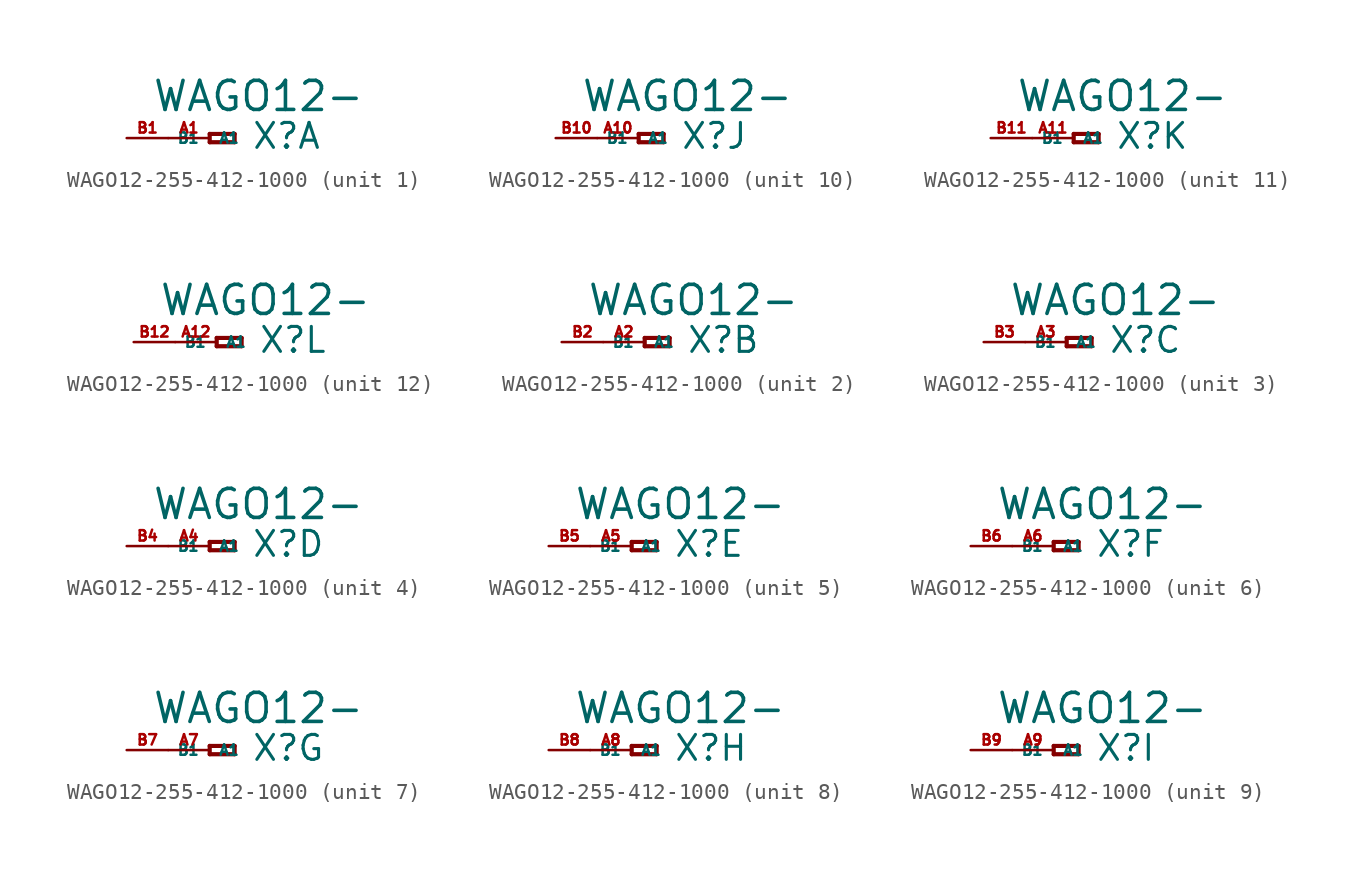
<source format=kicad_sym>
(kicad_symbol_lib
  (version 20220914)
  (generator Eagle2Kicad)
  (symbol "WAGO12-255-412-1000"
    (property "Reference" "X"
      (at 2.54 -0.762 0)
      (effects (font (size 1.524 1.524) (thickness 0.19)) (justify left bottom)))
    (property "Value" "WAGO12-"
      (at -3.556 1.524 0)
      (effects (font (size 1.778 1.778) (thickness 0.22)) (justify left bottom)))
    (symbol "WAGO12-255-412-1000_1_0"
      (polyline (pts (xy 0 0.254) (xy 0 -0.254)) (stroke (width 0.254) (type default)) (fill (type none)))
      (polyline (pts (xy 0 -0.254) (xy 1.524 -0.254)) (stroke (width 0.254) (type default)) (fill (type none)))
      (polyline (pts (xy 1.524 -0.254) (xy 1.524 0.254)) (stroke (width 0.254) (type default)) (fill (type none)))
      (polyline (pts (xy 1.524 0.254) (xy 0 0.254)) (stroke (width 0.254) (type default)) (fill (type none)))
      (pin passive line (at -2.54 0 0) (length 2.54) (name "A1" (effects (font (size 0.635 0.635) (thickness 0.08)) (justify left bottom))) (number "A1" (effects (font (size 0.635 0.635) (thickness 0.08)) (justify left bottom))))
      (pin passive line (at -5.08 0 0) (length 2.54) (name "B1" (effects (font (size 0.635 0.635) (thickness 0.08)) (justify left bottom))) (number "B1" (effects (font (size 0.635 0.635) (thickness 0.08)) (justify left bottom)))))
    (symbol "WAGO12-255-412-1000_2_0"
      (polyline (pts (xy 0 0.254) (xy 0 -0.254)) (stroke (width 0.254) (type default)) (fill (type none)))
      (polyline (pts (xy 0 -0.254) (xy 1.524 -0.254)) (stroke (width 0.254) (type default)) (fill (type none)))
      (polyline (pts (xy 1.524 -0.254) (xy 1.524 0.254)) (stroke (width 0.254) (type default)) (fill (type none)))
      (polyline (pts (xy 1.524 0.254) (xy 0 0.254)) (stroke (width 0.254) (type default)) (fill (type none)))
      (pin passive line (at -2.54 0 0) (length 2.54) (name "A1" (effects (font (size 0.635 0.635) (thickness 0.08)) (justify left bottom))) (number "A2" (effects (font (size 0.635 0.635) (thickness 0.08)) (justify left bottom))))
      (pin passive line (at -5.08 0 0) (length 2.54) (name "B1" (effects (font (size 0.635 0.635) (thickness 0.08)) (justify left bottom))) (number "B2" (effects (font (size 0.635 0.635) (thickness 0.08)) (justify left bottom)))))
    (symbol "WAGO12-255-412-1000_3_0"
      (polyline (pts (xy 0 0.254) (xy 0 -0.254)) (stroke (width 0.254) (type default)) (fill (type none)))
      (polyline (pts (xy 0 -0.254) (xy 1.524 -0.254)) (stroke (width 0.254) (type default)) (fill (type none)))
      (polyline (pts (xy 1.524 -0.254) (xy 1.524 0.254)) (stroke (width 0.254) (type default)) (fill (type none)))
      (polyline (pts (xy 1.524 0.254) (xy 0 0.254)) (stroke (width 0.254) (type default)) (fill (type none)))
      (pin passive line (at -2.54 0 0) (length 2.54) (name "A1" (effects (font (size 0.635 0.635) (thickness 0.08)) (justify left bottom))) (number "A3" (effects (font (size 0.635 0.635) (thickness 0.08)) (justify left bottom))))
      (pin passive line (at -5.08 0 0) (length 2.54) (name "B1" (effects (font (size 0.635 0.635) (thickness 0.08)) (justify left bottom))) (number "B3" (effects (font (size 0.635 0.635) (thickness 0.08)) (justify left bottom)))))
    (symbol "WAGO12-255-412-1000_4_0"
      (polyline (pts (xy 0 0.254) (xy 0 -0.254)) (stroke (width 0.254) (type default)) (fill (type none)))
      (polyline (pts (xy 0 -0.254) (xy 1.524 -0.254)) (stroke (width 0.254) (type default)) (fill (type none)))
      (polyline (pts (xy 1.524 -0.254) (xy 1.524 0.254)) (stroke (width 0.254) (type default)) (fill (type none)))
      (polyline (pts (xy 1.524 0.254) (xy 0 0.254)) (stroke (width 0.254) (type default)) (fill (type none)))
      (pin passive line (at -2.54 0 0) (length 2.54) (name "A1" (effects (font (size 0.635 0.635) (thickness 0.08)) (justify left bottom))) (number "A4" (effects (font (size 0.635 0.635) (thickness 0.08)) (justify left bottom))))
      (pin passive line (at -5.08 0 0) (length 2.54) (name "B1" (effects (font (size 0.635 0.635) (thickness 0.08)) (justify left bottom))) (number "B4" (effects (font (size 0.635 0.635) (thickness 0.08)) (justify left bottom)))))
    (symbol "WAGO12-255-412-1000_5_0"
      (polyline (pts (xy 0 0.254) (xy 0 -0.254)) (stroke (width 0.254) (type default)) (fill (type none)))
      (polyline (pts (xy 0 -0.254) (xy 1.524 -0.254)) (stroke (width 0.254) (type default)) (fill (type none)))
      (polyline (pts (xy 1.524 -0.254) (xy 1.524 0.254)) (stroke (width 0.254) (type default)) (fill (type none)))
      (polyline (pts (xy 1.524 0.254) (xy 0 0.254)) (stroke (width 0.254) (type default)) (fill (type none)))
      (pin passive line (at -2.54 0 0) (length 2.54) (name "A1" (effects (font (size 0.635 0.635) (thickness 0.08)) (justify left bottom))) (number "A5" (effects (font (size 0.635 0.635) (thickness 0.08)) (justify left bottom))))
      (pin passive line (at -5.08 0 0) (length 2.54) (name "B1" (effects (font (size 0.635 0.635) (thickness 0.08)) (justify left bottom))) (number "B5" (effects (font (size 0.635 0.635) (thickness 0.08)) (justify left bottom)))))
    (symbol "WAGO12-255-412-1000_6_0"
      (polyline (pts (xy 0 0.254) (xy 0 -0.254)) (stroke (width 0.254) (type default)) (fill (type none)))
      (polyline (pts (xy 0 -0.254) (xy 1.524 -0.254)) (stroke (width 0.254) (type default)) (fill (type none)))
      (polyline (pts (xy 1.524 -0.254) (xy 1.524 0.254)) (stroke (width 0.254) (type default)) (fill (type none)))
      (polyline (pts (xy 1.524 0.254) (xy 0 0.254)) (stroke (width 0.254) (type default)) (fill (type none)))
      (pin passive line (at -2.54 0 0) (length 2.54) (name "A1" (effects (font (size 0.635 0.635) (thickness 0.08)) (justify left bottom))) (number "A6" (effects (font (size 0.635 0.635) (thickness 0.08)) (justify left bottom))))
      (pin passive line (at -5.08 0 0) (length 2.54) (name "B1" (effects (font (size 0.635 0.635) (thickness 0.08)) (justify left bottom))) (number "B6" (effects (font (size 0.635 0.635) (thickness 0.08)) (justify left bottom)))))
    (symbol "WAGO12-255-412-1000_7_0"
      (polyline (pts (xy 0 0.254) (xy 0 -0.254)) (stroke (width 0.254) (type default)) (fill (type none)))
      (polyline (pts (xy 0 -0.254) (xy 1.524 -0.254)) (stroke (width 0.254) (type default)) (fill (type none)))
      (polyline (pts (xy 1.524 -0.254) (xy 1.524 0.254)) (stroke (width 0.254) (type default)) (fill (type none)))
      (polyline (pts (xy 1.524 0.254) (xy 0 0.254)) (stroke (width 0.254) (type default)) (fill (type none)))
      (pin passive line (at -2.54 0 0) (length 2.54) (name "A1" (effects (font (size 0.635 0.635) (thickness 0.08)) (justify left bottom))) (number "A7" (effects (font (size 0.635 0.635) (thickness 0.08)) (justify left bottom))))
      (pin passive line (at -5.08 0 0) (length 2.54) (name "B1" (effects (font (size 0.635 0.635) (thickness 0.08)) (justify left bottom))) (number "B7" (effects (font (size 0.635 0.635) (thickness 0.08)) (justify left bottom)))))
    (symbol "WAGO12-255-412-1000_8_0"
      (polyline (pts (xy 0 0.254) (xy 0 -0.254)) (stroke (width 0.254) (type default)) (fill (type none)))
      (polyline (pts (xy 0 -0.254) (xy 1.524 -0.254)) (stroke (width 0.254) (type default)) (fill (type none)))
      (polyline (pts (xy 1.524 -0.254) (xy 1.524 0.254)) (stroke (width 0.254) (type default)) (fill (type none)))
      (polyline (pts (xy 1.524 0.254) (xy 0 0.254)) (stroke (width 0.254) (type default)) (fill (type none)))
      (pin passive line (at -2.54 0 0) (length 2.54) (name "A1" (effects (font (size 0.635 0.635) (thickness 0.08)) (justify left bottom))) (number "A8" (effects (font (size 0.635 0.635) (thickness 0.08)) (justify left bottom))))
      (pin passive line (at -5.08 0 0) (length 2.54) (name "B1" (effects (font (size 0.635 0.635) (thickness 0.08)) (justify left bottom))) (number "B8" (effects (font (size 0.635 0.635) (thickness 0.08)) (justify left bottom)))))
    (symbol "WAGO12-255-412-1000_9_0"
      (polyline (pts (xy 0 0.254) (xy 0 -0.254)) (stroke (width 0.254) (type default)) (fill (type none)))
      (polyline (pts (xy 0 -0.254) (xy 1.524 -0.254)) (stroke (width 0.254) (type default)) (fill (type none)))
      (polyline (pts (xy 1.524 -0.254) (xy 1.524 0.254)) (stroke (width 0.254) (type default)) (fill (type none)))
      (polyline (pts (xy 1.524 0.254) (xy 0 0.254)) (stroke (width 0.254) (type default)) (fill (type none)))
      (pin passive line (at -2.54 0 0) (length 2.54) (name "A1" (effects (font (size 0.635 0.635) (thickness 0.08)) (justify left bottom))) (number "A9" (effects (font (size 0.635 0.635) (thickness 0.08)) (justify left bottom))))
      (pin passive line (at -5.08 0 0) (length 2.54) (name "B1" (effects (font (size 0.635 0.635) (thickness 0.08)) (justify left bottom))) (number "B9" (effects (font (size 0.635 0.635) (thickness 0.08)) (justify left bottom)))))
    (symbol "WAGO12-255-412-1000_10_0"
      (polyline (pts (xy 0 0.254) (xy 0 -0.254)) (stroke (width 0.254) (type default)) (fill (type none)))
      (polyline (pts (xy 0 -0.254) (xy 1.524 -0.254)) (stroke (width 0.254) (type default)) (fill (type none)))
      (polyline (pts (xy 1.524 -0.254) (xy 1.524 0.254)) (stroke (width 0.254) (type default)) (fill (type none)))
      (polyline (pts (xy 1.524 0.254) (xy 0 0.254)) (stroke (width 0.254) (type default)) (fill (type none)))
      (pin passive line (at -2.54 0 0) (length 2.54) (name "A1" (effects (font (size 0.635 0.635) (thickness 0.08)) (justify left bottom))) (number "A10" (effects (font (size 0.635 0.635) (thickness 0.08)) (justify left bottom))))
      (pin passive line (at -5.08 0 0) (length 2.54) (name "B1" (effects (font (size 0.635 0.635) (thickness 0.08)) (justify left bottom))) (number "B10" (effects (font (size 0.635 0.635) (thickness 0.08)) (justify left bottom)))))
    (symbol "WAGO12-255-412-1000_11_0"
      (polyline (pts (xy 0 0.254) (xy 0 -0.254)) (stroke (width 0.254) (type default)) (fill (type none)))
      (polyline (pts (xy 0 -0.254) (xy 1.524 -0.254)) (stroke (width 0.254) (type default)) (fill (type none)))
      (polyline (pts (xy 1.524 -0.254) (xy 1.524 0.254)) (stroke (width 0.254) (type default)) (fill (type none)))
      (polyline (pts (xy 1.524 0.254) (xy 0 0.254)) (stroke (width 0.254) (type default)) (fill (type none)))
      (pin passive line (at -2.54 0 0) (length 2.54) (name "A1" (effects (font (size 0.635 0.635) (thickness 0.08)) (justify left bottom))) (number "A11" (effects (font (size 0.635 0.635) (thickness 0.08)) (justify left bottom))))
      (pin passive line (at -5.08 0 0) (length 2.54) (name "B1" (effects (font (size 0.635 0.635) (thickness 0.08)) (justify left bottom))) (number "B11" (effects (font (size 0.635 0.635) (thickness 0.08)) (justify left bottom)))))
    (symbol "WAGO12-255-412-1000_12_0"
      (polyline (pts (xy 0 0.254) (xy 0 -0.254)) (stroke (width 0.254) (type default)) (fill (type none)))
      (polyline (pts (xy 0 -0.254) (xy 1.524 -0.254)) (stroke (width 0.254) (type default)) (fill (type none)))
      (polyline (pts (xy 1.524 -0.254) (xy 1.524 0.254)) (stroke (width 0.254) (type default)) (fill (type none)))
      (polyline (pts (xy 1.524 0.254) (xy 0 0.254)) (stroke (width 0.254) (type default)) (fill (type none)))
      (pin passive line (at -2.54 0 0) (length 2.54) (name "A1" (effects (font (size 0.635 0.635) (thickness 0.08)) (justify left bottom))) (number "A12" (effects (font (size 0.635 0.635) (thickness 0.08)) (justify left bottom))))
      (pin passive line (at -5.08 0 0) (length 2.54) (name "B1" (effects (font (size 0.635 0.635) (thickness 0.08)) (justify left bottom))) (number "B12" (effects (font (size 0.635 0.635) (thickness 0.08)) (justify left bottom)))))))
</source>
